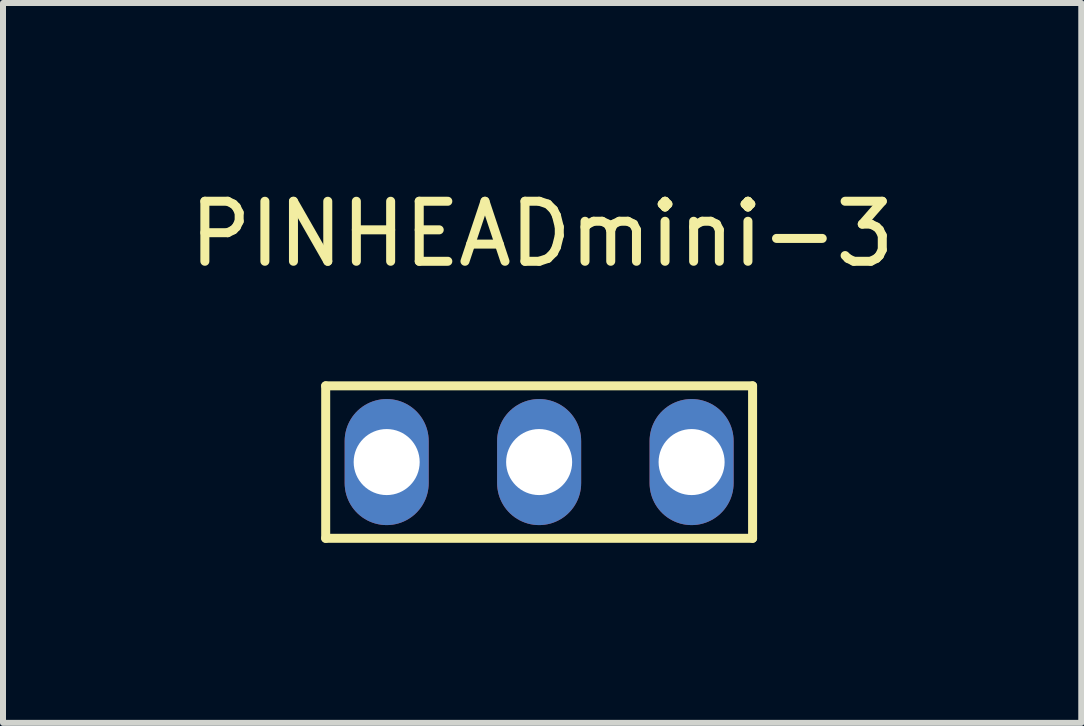
<source format=kicad_pcb>
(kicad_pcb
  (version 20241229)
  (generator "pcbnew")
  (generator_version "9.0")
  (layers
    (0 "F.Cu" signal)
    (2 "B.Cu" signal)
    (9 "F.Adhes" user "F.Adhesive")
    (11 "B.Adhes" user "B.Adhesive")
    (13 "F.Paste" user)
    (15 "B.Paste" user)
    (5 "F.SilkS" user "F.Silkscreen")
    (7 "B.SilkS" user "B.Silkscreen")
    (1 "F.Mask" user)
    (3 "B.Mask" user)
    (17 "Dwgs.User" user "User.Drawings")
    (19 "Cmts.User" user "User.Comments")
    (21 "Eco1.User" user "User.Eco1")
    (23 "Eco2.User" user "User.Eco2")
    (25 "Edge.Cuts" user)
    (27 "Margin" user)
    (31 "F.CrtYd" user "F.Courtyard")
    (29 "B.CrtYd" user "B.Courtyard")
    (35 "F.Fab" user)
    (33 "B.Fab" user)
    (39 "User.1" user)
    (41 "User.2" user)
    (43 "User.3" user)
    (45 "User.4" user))
  (footprint "PINHEADmini-3"
    (layer "F.Cu")
    (at 5.932 4.648)
    (property "Reference" "PINHEADmini-3" (at 0.05 -3.8 0) (layer "F.SilkS") (effects (font (size 1 1) (thickness 0.15))))
    (attr exclude_from_pos_files exclude_from_bom)
    (fp_line (start -3.556 -1.27) (end -3.556 1.27) (stroke (width 0.15) (type solid)) (layer "F.SilkS"))
    (fp_line (start -3.556 1.27) (end 3.556 1.27) (stroke (width 0.15) (type solid)) (layer "F.SilkS"))
    (fp_line (start 3.556 -1.27) (end -3.556 -1.27) (stroke (width 0.15) (type solid)) (layer "F.SilkS"))
    (fp_line (start 3.556 1.27) (end 3.556 -1.27) (stroke (width 0.15) (type solid)) (layer "F.SilkS"))
    (pad "1" thru_hole oval (at -2.54 0) (size 1.4 2.1) (drill 1.1) (layers "*.Cu" "*.Mask"))
    (pad "2" thru_hole oval (at 0 0) (size 1.4 2.1) (drill 1.1) (layers "*.Cu" "*.Mask"))
    (pad "3" thru_hole oval (at 2.54 0) (size 1.4 2.1) (drill 1.1) (layers "*.Cu" "*.Mask")))
  (gr_rect
    (start -3 -3)
    (end 14.964 8.993)
    (stroke (width 0.1) (type default))
    (fill no)
    (layer "Edge.Cuts")))
</source>
